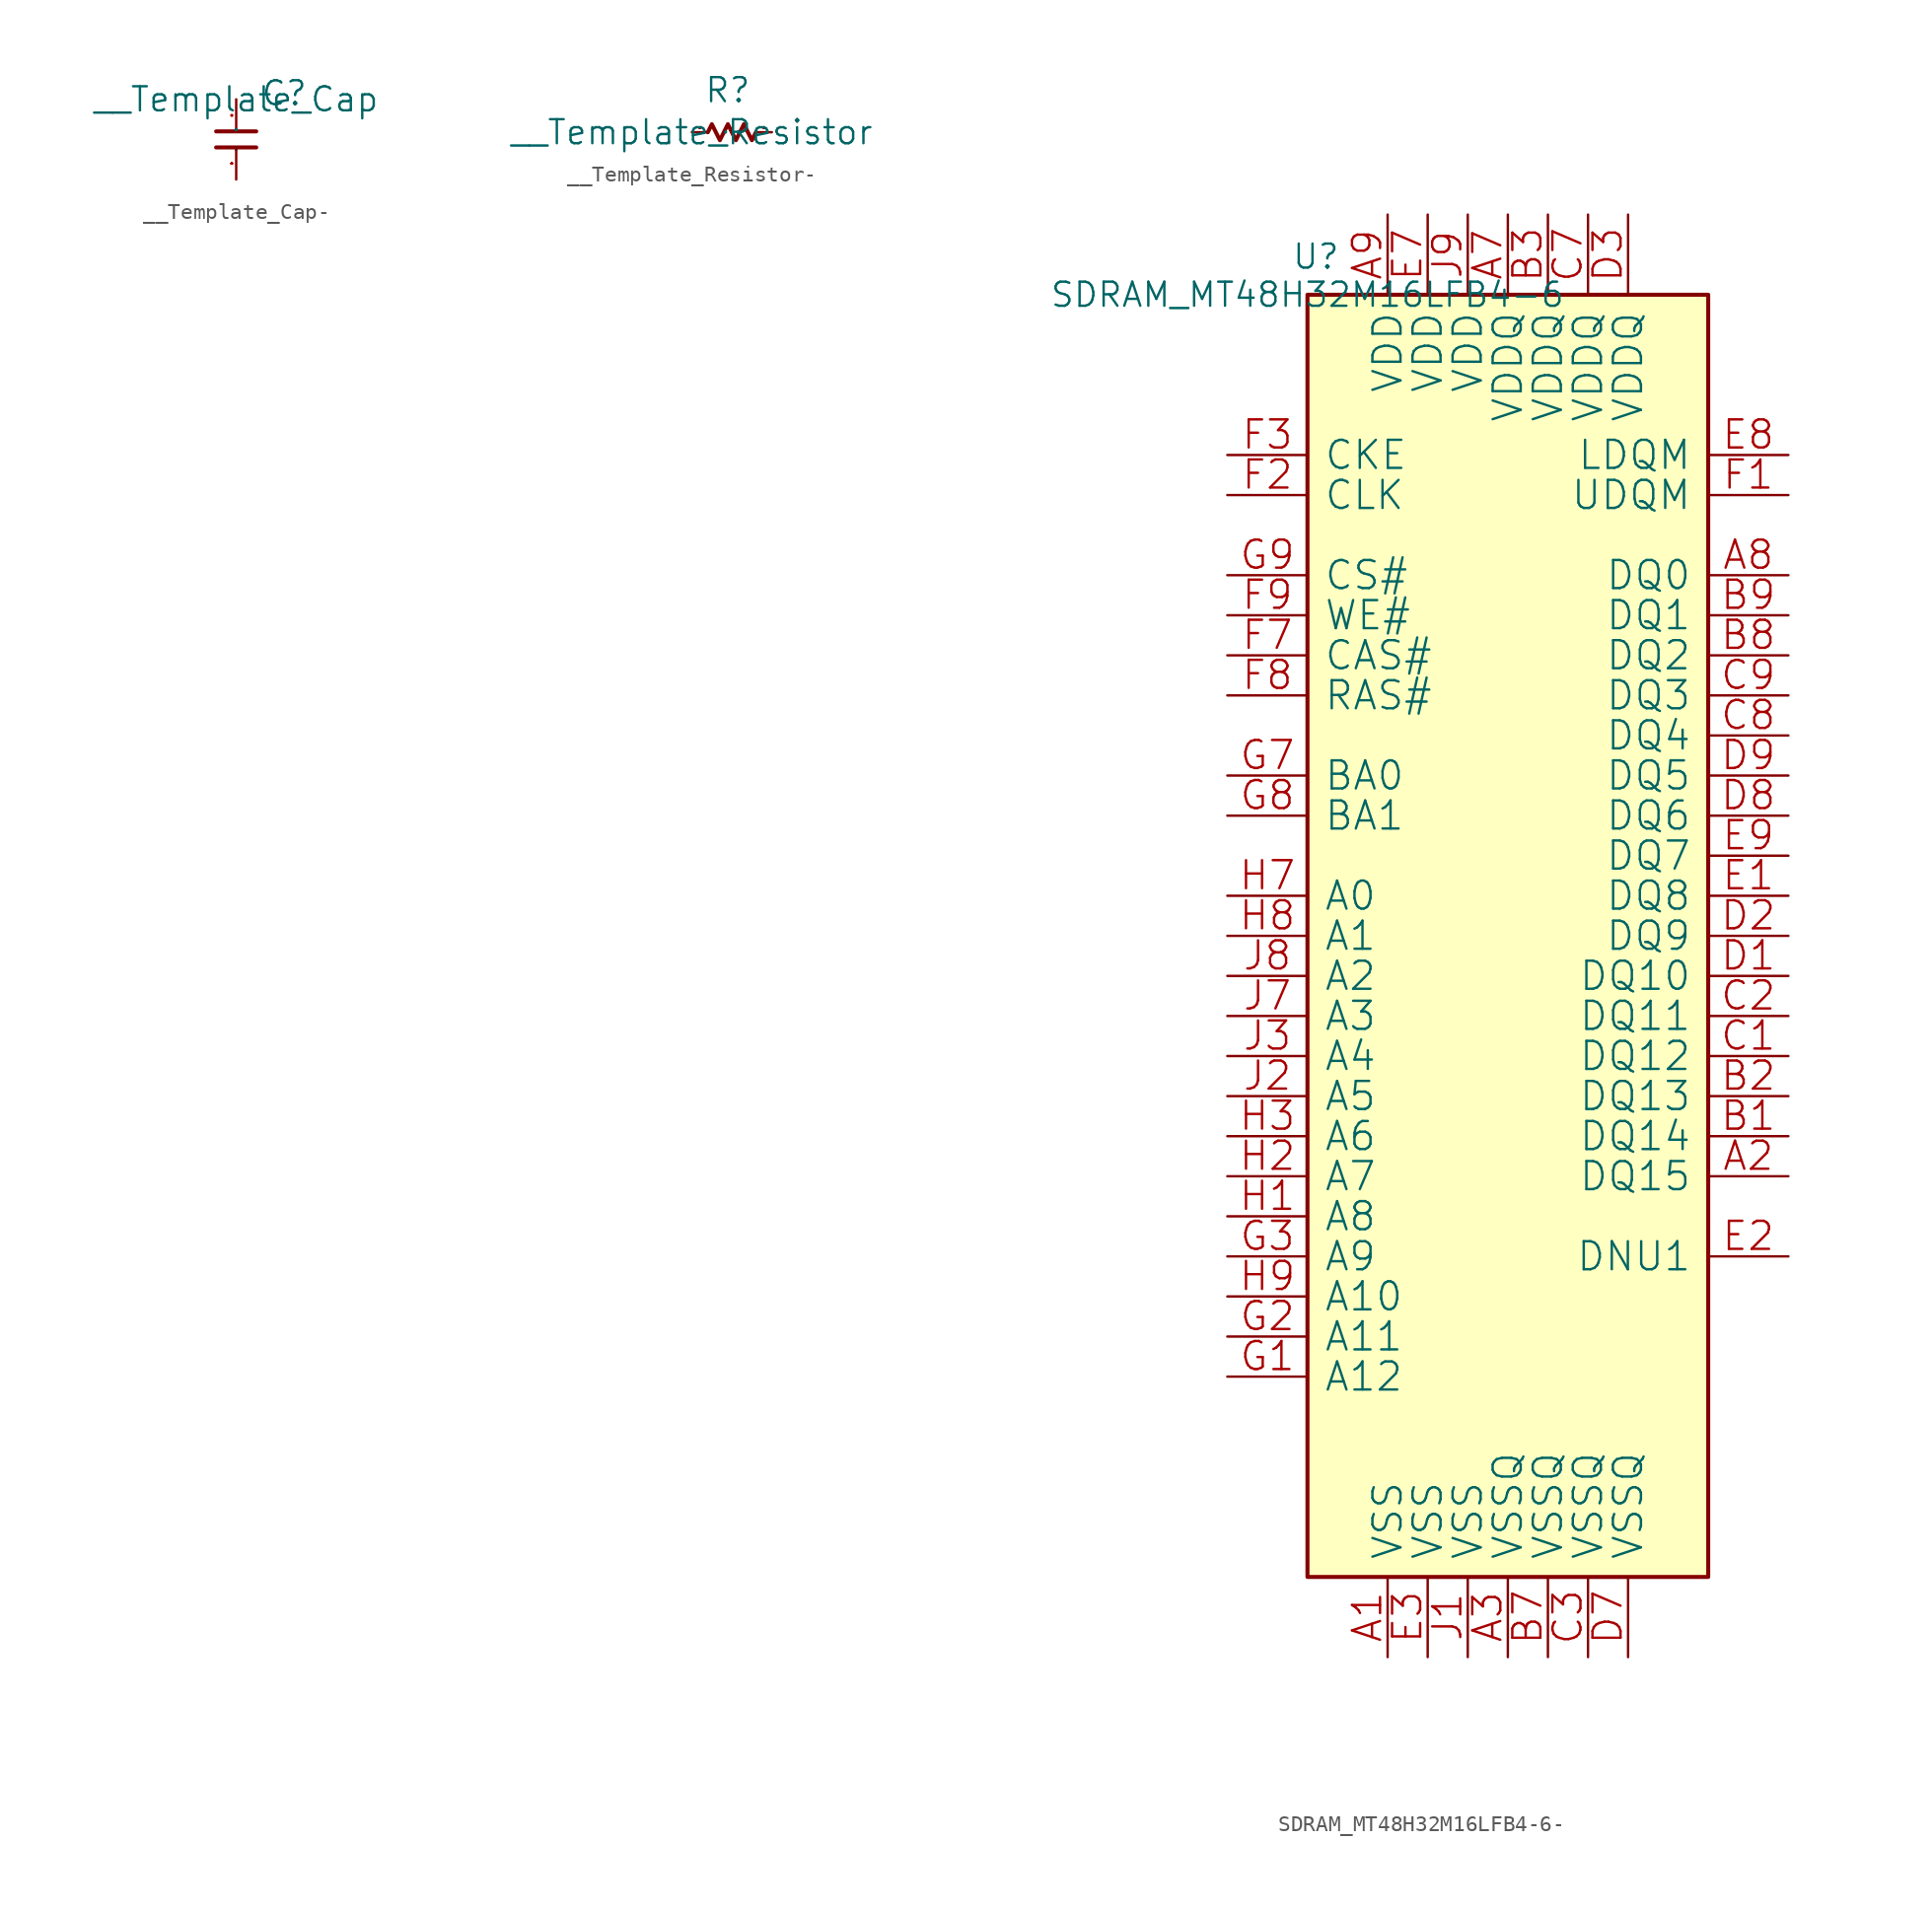
<source format=kicad_sym>
(kicad_symbol_lib
  (version 20220914)
  (generator kicad_symbol_editor)
  (symbol "__Template_Cap-"
    (pin_names
      (offset 1.016))
    (property "Reference" "C"
      (at 1.524 -0.508 0)
      (effects (font (size 1.524 1.524)) (justify left bottom)))
    (property "Value" "__Template_Cap"
      (at 0 0 0)
      (effects (font (size 1.524 1.524))))
    (property "Footprint" ""
      (at 0 0 0)
      (effects (font (size 1.524 1.524))))
    (property "Datasheet" ""
      (at 0 0 0)
      (effects (font (size 1.524 1.524))))
    (symbol "__Template_Cap-_0_1"
      (polyline (pts (xy 1.27 -3.048) (xy -1.27 -3.048)) (stroke (width 0.254) (type solid)) (fill (type none)))
      (polyline (pts (xy 1.27 -2.032) (xy -1.27 -2.032)) (stroke (width 0.254) (type solid)) (fill (type none)))
      (pin passive line (at 0 0 270) (length 2.032) (name "P" (effects (font (size 0.025 0.025)))) (number "1" (effects (font (size 0.025 0.025)))))
      (pin passive line (at 0 -5.08 90) (length 2.032) (name "P" (effects (font (size 0.025 0.025)))) (number "2" (effects (font (size 0.025 0.025)))))))
  (symbol "__Template_Resistor-"
    (pin_names
      (offset 1.016))
    (property "Reference" "R"
      (at 0.762 1.778 0)
      (effects (font (size 1.524 1.524)) (justify left bottom)))
    (property "Value" "__Template_Resistor"
      (at 0 0 0)
      (effects (font (size 1.524 1.524))))
    (property "Footprint" ""
      (at 0 0 0)
      (effects (font (size 1.524 1.524))))
    (property "Datasheet" ""
      (at 0 0 0)
      (effects (font (size 1.524 1.524))))
    (symbol "__Template_Resistor-_0_1"
      (polyline (pts (xy 1.016 0) (xy 1.27 0.508) (xy 1.778 -0.508) (xy 2.286 0.508) (xy 2.794 -0.508) (xy 3.302 0.508) (xy 3.81 -0.508) (xy 4.064 0)) (stroke (width 0.254) (type solid)) (fill (type none)))
      (pin passive line (at 0 0 0) (length 1.016) (name "P" (effects (font (size 0.025 0.025)))) (number "1" (effects (font (size 0.025 0.025)))))
      (pin passive line (at 5.08 0 180) (length 1.016) (name "P" (effects (font (size 0.025 0.025)))) (number "2" (effects (font (size 0.025 0.025)))))))
  (symbol "SDRAM_MT48H32M16LFB4-6-"
    (pin_names
      (offset 1.016))
    (property "Reference" "U"
      (at -1.016 1.524 0)
      (effects (font (size 1.524 1.524)) (justify left bottom)))
    (property "Value" "SDRAM_MT48H32M16LFB4-6"
      (at 0 0 0)
      (effects (font (size 1.524 1.524))))
    (property "Footprint" ""
      (at 0 0 0)
      (effects (font (size 1.524 1.524))))
    (property "Datasheet" ""
      (at 0 0 0)
      (effects (font (size 1.524 1.524))))
    (symbol "SDRAM_MT48H32M16LFB4-6-_0_1"
      (rectangle (start 0 -81.28) (end 25.4 0) (stroke (width 0.254) (type solid)) (fill (type background)))
      (pin power_in line (at 5.08 -86.36 90) (length 5.08) (name "VSS" (effects (font (size 1.778 1.778)))) (number "A1" (effects (font (size 1.778 1.778)))))
      (pin bidirectional line (at 30.48 -55.88 180) (length 5.08) (name "DQ15" (effects (font (size 1.778 1.778)))) (number "A2" (effects (font (size 1.778 1.778)))))
      (pin power_in line (at 12.7 -86.36 90) (length 5.08) (name "VSSQ" (effects (font (size 1.778 1.778)))) (number "A3" (effects (font (size 1.778 1.778)))))
      (pin power_in line (at 12.7 5.08 270) (length 5.08) (name "VDDQ" (effects (font (size 1.778 1.778)))) (number "A7" (effects (font (size 1.778 1.778)))))
      (pin bidirectional line (at 30.48 -17.78 180) (length 5.08) (name "DQ0" (effects (font (size 1.778 1.778)))) (number "A8" (effects (font (size 1.778 1.778)))))
      (pin power_in line (at 5.08 5.08 270) (length 5.08) (name "VDD" (effects (font (size 1.778 1.778)))) (number "A9" (effects (font (size 1.778 1.778)))))
      (pin bidirectional line (at 30.48 -53.34 180) (length 5.08) (name "DQ14" (effects (font (size 1.778 1.778)))) (number "B1" (effects (font (size 1.778 1.778)))))
      (pin bidirectional line (at 30.48 -50.8 180) (length 5.08) (name "DQ13" (effects (font (size 1.778 1.778)))) (number "B2" (effects (font (size 1.778 1.778)))))
      (pin power_in line (at 15.24 5.08 270) (length 5.08) (name "VDDQ" (effects (font (size 1.778 1.778)))) (number "B3" (effects (font (size 1.778 1.778)))))
      (pin power_in line (at 15.24 -86.36 90) (length 5.08) (name "VSSQ" (effects (font (size 1.778 1.778)))) (number "B7" (effects (font (size 1.778 1.778)))))
      (pin bidirectional line (at 30.48 -22.86 180) (length 5.08) (name "DQ2" (effects (font (size 1.778 1.778)))) (number "B8" (effects (font (size 1.778 1.778)))))
      (pin bidirectional line (at 30.48 -20.32 180) (length 5.08) (name "DQ1" (effects (font (size 1.778 1.778)))) (number "B9" (effects (font (size 1.778 1.778)))))
      (pin bidirectional line (at 30.48 -48.26 180) (length 5.08) (name "DQ12" (effects (font (size 1.778 1.778)))) (number "C1" (effects (font (size 1.778 1.778)))))
      (pin bidirectional line (at 30.48 -45.72 180) (length 5.08) (name "DQ11" (effects (font (size 1.778 1.778)))) (number "C2" (effects (font (size 1.778 1.778)))))
      (pin power_in line (at 17.78 -86.36 90) (length 5.08) (name "VSSQ" (effects (font (size 1.778 1.778)))) (number "C3" (effects (font (size 1.778 1.778)))))
      (pin power_in line (at 17.78 5.08 270) (length 5.08) (name "VDDQ" (effects (font (size 1.778 1.778)))) (number "C7" (effects (font (size 1.778 1.778)))))
      (pin bidirectional line (at 30.48 -27.94 180) (length 5.08) (name "DQ4" (effects (font (size 1.778 1.778)))) (number "C8" (effects (font (size 1.778 1.778)))))
      (pin bidirectional line (at 30.48 -25.4 180) (length 5.08) (name "DQ3" (effects (font (size 1.778 1.778)))) (number "C9" (effects (font (size 1.778 1.778)))))
      (pin bidirectional line (at 30.48 -43.18 180) (length 5.08) (name "DQ10" (effects (font (size 1.778 1.778)))) (number "D1" (effects (font (size 1.778 1.778)))))
      (pin bidirectional line (at 30.48 -40.64 180) (length 5.08) (name "DQ9" (effects (font (size 1.778 1.778)))) (number "D2" (effects (font (size 1.778 1.778)))))
      (pin power_in line (at 20.32 5.08 270) (length 5.08) (name "VDDQ" (effects (font (size 1.778 1.778)))) (number "D3" (effects (font (size 1.778 1.778)))))
      (pin power_in line (at 20.32 -86.36 90) (length 5.08) (name "VSSQ" (effects (font (size 1.778 1.778)))) (number "D7" (effects (font (size 1.778 1.778)))))
      (pin bidirectional line (at 30.48 -33.02 180) (length 5.08) (name "DQ6" (effects (font (size 1.778 1.778)))) (number "D8" (effects (font (size 1.778 1.778)))))
      (pin bidirectional line (at 30.48 -30.48 180) (length 5.08) (name "DQ5" (effects (font (size 1.778 1.778)))) (number "D9" (effects (font (size 1.778 1.778)))))
      (pin bidirectional line (at 30.48 -38.1 180) (length 5.08) (name "DQ8" (effects (font (size 1.778 1.778)))) (number "E1" (effects (font (size 1.778 1.778)))))
      (pin passive line (at 30.48 -60.96 180) (length 5.08) (name "DNU1" (effects (font (size 1.778 1.778)))) (number "E2" (effects (font (size 1.778 1.778)))))
      (pin power_in line (at 7.62 -86.36 90) (length 5.08) (name "VSS" (effects (font (size 1.778 1.778)))) (number "E3" (effects (font (size 1.778 1.778)))))
      (pin power_in line (at 7.62 5.08 270) (length 5.08) (name "VDD" (effects (font (size 1.778 1.778)))) (number "E7" (effects (font (size 1.778 1.778)))))
      (pin input line (at 30.48 -10.16 180) (length 5.08) (name "LDQM" (effects (font (size 1.778 1.778)))) (number "E8" (effects (font (size 1.778 1.778)))))
      (pin bidirectional line (at 30.48 -35.56 180) (length 5.08) (name "DQ7" (effects (font (size 1.778 1.778)))) (number "E9" (effects (font (size 1.778 1.778)))))
      (pin input line (at 30.48 -12.7 180) (length 5.08) (name "UDQM" (effects (font (size 1.778 1.778)))) (number "F1" (effects (font (size 1.778 1.778)))))
      (pin input line (at -5.08 -12.7 0) (length 5.08) (name "CLK" (effects (font (size 1.778 1.778)))) (number "F2" (effects (font (size 1.778 1.778)))))
      (pin input line (at -5.08 -10.16 0) (length 5.08) (name "CKE" (effects (font (size 1.778 1.778)))) (number "F3" (effects (font (size 1.778 1.778)))))
      (pin input line (at -5.08 -22.86 0) (length 5.08) (name "CAS#" (effects (font (size 1.778 1.778)))) (number "F7" (effects (font (size 1.778 1.778)))))
      (pin input line (at -5.08 -25.4 0) (length 5.08) (name "RAS#" (effects (font (size 1.778 1.778)))) (number "F8" (effects (font (size 1.778 1.778)))))
      (pin input line (at -5.08 -20.32 0) (length 5.08) (name "WE#" (effects (font (size 1.778 1.778)))) (number "F9" (effects (font (size 1.778 1.778)))))
      (pin input line (at -5.08 -68.58 0) (length 5.08) (name "A12" (effects (font (size 1.778 1.778)))) (number "G1" (effects (font (size 1.778 1.778)))))
      (pin input line (at -5.08 -66.04 0) (length 5.08) (name "A11" (effects (font (size 1.778 1.778)))) (number "G2" (effects (font (size 1.778 1.778)))))
      (pin input line (at -5.08 -60.96 0) (length 5.08) (name "A9" (effects (font (size 1.778 1.778)))) (number "G3" (effects (font (size 1.778 1.778)))))
      (pin input line (at -5.08 -30.48 0) (length 5.08) (name "BA0" (effects (font (size 1.778 1.778)))) (number "G7" (effects (font (size 1.778 1.778)))))
      (pin input line (at -5.08 -33.02 0) (length 5.08) (name "BA1" (effects (font (size 1.778 1.778)))) (number "G8" (effects (font (size 1.778 1.778)))))
      (pin input line (at -5.08 -17.78 0) (length 5.08) (name "CS#" (effects (font (size 1.778 1.778)))) (number "G9" (effects (font (size 1.778 1.778)))))
      (pin input line (at -5.08 -58.42 0) (length 5.08) (name "A8" (effects (font (size 1.778 1.778)))) (number "H1" (effects (font (size 1.778 1.778)))))
      (pin input line (at -5.08 -55.88 0) (length 5.08) (name "A7" (effects (font (size 1.778 1.778)))) (number "H2" (effects (font (size 1.778 1.778)))))
      (pin input line (at -5.08 -53.34 0) (length 5.08) (name "A6" (effects (font (size 1.778 1.778)))) (number "H3" (effects (font (size 1.778 1.778)))))
      (pin input line (at -5.08 -38.1 0) (length 5.08) (name "A0" (effects (font (size 1.778 1.778)))) (number "H7" (effects (font (size 1.778 1.778)))))
      (pin input line (at -5.08 -40.64 0) (length 5.08) (name "A1" (effects (font (size 1.778 1.778)))) (number "H8" (effects (font (size 1.778 1.778)))))
      (pin input line (at -5.08 -63.5 0) (length 5.08) (name "A10" (effects (font (size 1.778 1.778)))) (number "H9" (effects (font (size 1.778 1.778)))))
      (pin power_in line (at 10.16 -86.36 90) (length 5.08) (name "VSS" (effects (font (size 1.778 1.778)))) (number "J1" (effects (font (size 1.778 1.778)))))
      (pin input line (at -5.08 -50.8 0) (length 5.08) (name "A5" (effects (font (size 1.778 1.778)))) (number "J2" (effects (font (size 1.778 1.778)))))
      (pin input line (at -5.08 -48.26 0) (length 5.08) (name "A4" (effects (font (size 1.778 1.778)))) (number "J3" (effects (font (size 1.778 1.778)))))
      (pin input line (at -5.08 -45.72 0) (length 5.08) (name "A3" (effects (font (size 1.778 1.778)))) (number "J7" (effects (font (size 1.778 1.778)))))
      (pin input line (at -5.08 -43.18 0) (length 5.08) (name "A2" (effects (font (size 1.778 1.778)))) (number "J8" (effects (font (size 1.778 1.778)))))
      (pin power_in line (at 10.16 5.08 270) (length 5.08) (name "VDD" (effects (font (size 1.778 1.778)))) (number "J9" (effects (font (size 1.778 1.778))))))))
</source>
